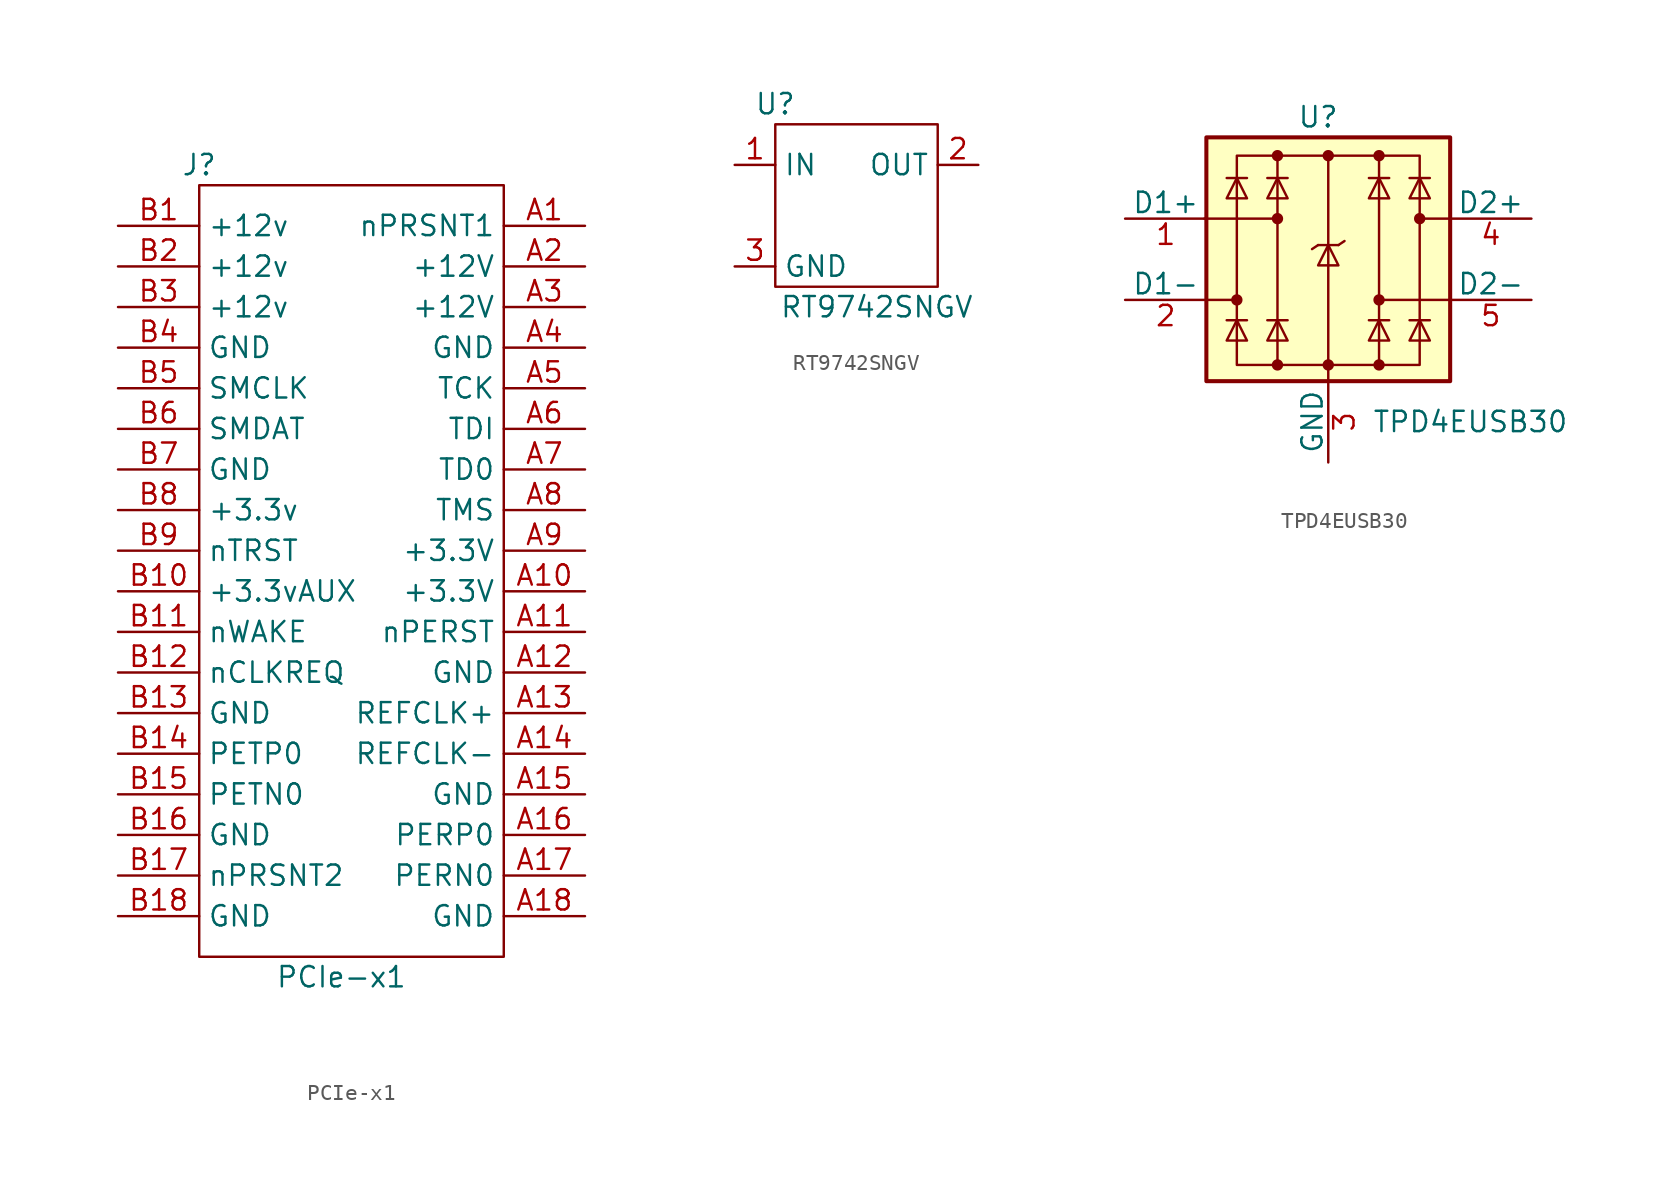
<source format=kicad_sym>
(kicad_symbol_lib
  (version 20201005)
  (generator kicad_symbol_editor)
  (symbol "cm4crypto:PCIe-x1"
    (property "Reference" "J"
      (at -13.97 36.83 0)
      (effects (font (size 1.27 1.27))))
    (property "Value" "PCIe-x1"
      (at -5.08 -13.97 0)
      (effects (font (size 1.27 1.27))))
    (symbol "PCIe-x1_0_0"
      (pin passive line (at 10.16 33.02 180) (length 5.08) (name "nPRSNT1" (effects (font (size 1.27 1.27)))) (number "A1" (effects (font (size 1.27 1.27)))))
      (pin power_in line (at 10.16 10.16 180) (length 5.08) (name "+3.3V" (effects (font (size 1.27 1.27)))) (number "A10" (effects (font (size 1.27 1.27)))))
      (pin input line (at 10.16 7.62 180) (length 5.08) (name "nPERST" (effects (font (size 1.27 1.27)))) (number "A11" (effects (font (size 1.27 1.27)))))
      (pin power_in line (at 10.16 5.08 180) (length 5.08) (name "GND" (effects (font (size 1.27 1.27)))) (number "A12" (effects (font (size 1.27 1.27)))))
      (pin input line (at 10.16 2.54 180) (length 5.08) (name "REFCLK+" (effects (font (size 1.27 1.27)))) (number "A13" (effects (font (size 1.27 1.27)))))
      (pin input line (at 10.16 0 180) (length 5.08) (name "REFCLK-" (effects (font (size 1.27 1.27)))) (number "A14" (effects (font (size 1.27 1.27)))))
      (pin power_in line (at 10.16 -2.54 180) (length 5.08) (name "GND" (effects (font (size 1.27 1.27)))) (number "A15" (effects (font (size 1.27 1.27)))))
      (pin output line (at 10.16 -5.08 180) (length 5.08) (name "PERP0" (effects (font (size 1.27 1.27)))) (number "A16" (effects (font (size 1.27 1.27)))))
      (pin output line (at 10.16 -7.62 180) (length 5.08) (name "PERN0" (effects (font (size 1.27 1.27)))) (number "A17" (effects (font (size 1.27 1.27)))))
      (pin power_in line (at 10.16 -10.16 180) (length 5.08) (name "GND" (effects (font (size 1.27 1.27)))) (number "A18" (effects (font (size 1.27 1.27)))))
      (pin power_in line (at 10.16 30.48 180) (length 5.08) (name "+12V" (effects (font (size 1.27 1.27)))) (number "A2" (effects (font (size 1.27 1.27)))))
      (pin power_in line (at 10.16 27.94 180) (length 5.08) (name "+12V" (effects (font (size 1.27 1.27)))) (number "A3" (effects (font (size 1.27 1.27)))))
      (pin power_in line (at 10.16 25.4 180) (length 5.08) (name "GND" (effects (font (size 1.27 1.27)))) (number "A4" (effects (font (size 1.27 1.27)))))
      (pin input line (at 10.16 22.86 180) (length 5.08) (name "TCK" (effects (font (size 1.27 1.27)))) (number "A5" (effects (font (size 1.27 1.27)))))
      (pin input line (at 10.16 20.32 180) (length 5.08) (name "TDI" (effects (font (size 1.27 1.27)))) (number "A6" (effects (font (size 1.27 1.27)))))
      (pin output line (at 10.16 17.78 180) (length 5.08) (name "TD0" (effects (font (size 1.27 1.27)))) (number "A7" (effects (font (size 1.27 1.27)))))
      (pin input line (at 10.16 15.24 180) (length 5.08) (name "TMS" (effects (font (size 1.27 1.27)))) (number "A8" (effects (font (size 1.27 1.27)))))
      (pin power_in line (at 10.16 12.7 180) (length 5.08) (name "+3.3V" (effects (font (size 1.27 1.27)))) (number "A9" (effects (font (size 1.27 1.27)))))
      (pin power_in line (at -19.05 33.02 0) (length 5.08) (name "+12v" (effects (font (size 1.27 1.27)))) (number "B1" (effects (font (size 1.27 1.27)))))
      (pin power_in line (at -19.05 10.16 0) (length 5.08) (name "+3.3vAUX" (effects (font (size 1.27 1.27)))) (number "B10" (effects (font (size 1.27 1.27)))))
      (pin open_collector line (at -19.05 7.62 0) (length 5.08) (name "nWAKE" (effects (font (size 1.27 1.27)))) (number "B11" (effects (font (size 1.27 1.27)))))
      (pin open_collector line (at -19.05 5.08 0) (length 5.08) (name "nCLKREQ" (effects (font (size 1.27 1.27)))) (number "B12" (effects (font (size 1.27 1.27)))))
      (pin power_in line (at -19.05 2.54 0) (length 5.08) (name "GND" (effects (font (size 1.27 1.27)))) (number "B13" (effects (font (size 1.27 1.27)))))
      (pin input line (at -19.05 0 0) (length 5.08) (name "PETP0" (effects (font (size 1.27 1.27)))) (number "B14" (effects (font (size 1.27 1.27)))))
      (pin input line (at -19.05 -2.54 0) (length 5.08) (name "PETN0" (effects (font (size 1.27 1.27)))) (number "B15" (effects (font (size 1.27 1.27)))))
      (pin power_in line (at -19.05 -5.08 0) (length 5.08) (name "GND" (effects (font (size 1.27 1.27)))) (number "B16" (effects (font (size 1.27 1.27)))))
      (pin passive line (at -19.05 -7.62 0) (length 5.08) (name "nPRSNT2" (effects (font (size 1.27 1.27)))) (number "B17" (effects (font (size 1.27 1.27)))))
      (pin power_in line (at -19.05 -10.16 0) (length 5.08) (name "GND" (effects (font (size 1.27 1.27)))) (number "B18" (effects (font (size 1.27 1.27)))))
      (pin power_in line (at -19.05 30.48 0) (length 5.08) (name "+12v" (effects (font (size 1.27 1.27)))) (number "B2" (effects (font (size 1.27 1.27)))))
      (pin power_in line (at -19.05 27.94 0) (length 5.08) (name "+12v" (effects (font (size 1.27 1.27)))) (number "B3" (effects (font (size 1.27 1.27)))))
      (pin power_in line (at -19.05 25.4 0) (length 5.08) (name "GND" (effects (font (size 1.27 1.27)))) (number "B4" (effects (font (size 1.27 1.27)))))
      (pin passive line (at -19.05 22.86 0) (length 5.08) (name "SMCLK" (effects (font (size 1.27 1.27)))) (number "B5" (effects (font (size 1.27 1.27)))))
      (pin passive line (at -19.05 20.32 0) (length 5.08) (name "SMDAT" (effects (font (size 1.27 1.27)))) (number "B6" (effects (font (size 1.27 1.27)))))
      (pin power_in line (at -19.05 17.78 0) (length 5.08) (name "GND" (effects (font (size 1.27 1.27)))) (number "B7" (effects (font (size 1.27 1.27)))))
      (pin power_in line (at -19.05 15.24 0) (length 5.08) (name "+3.3v" (effects (font (size 1.27 1.27)))) (number "B8" (effects (font (size 1.27 1.27)))))
      (pin input line (at -19.05 12.7 0) (length 5.08) (name "nTRST" (effects (font (size 1.27 1.27)))) (number "B9" (effects (font (size 1.27 1.27))))))
    (symbol "PCIe-x1_0_1"
      (rectangle (start -13.97 35.56) (end 5.08 -12.7) (stroke (width 0)) (fill (type none)))))
  (symbol "cm4crypto:RT9742SNGV"
    (property "Reference" "U"
      (at -2.54 7.62 0)
      (effects (font (size 1.27 1.27))))
    (property "Value" "RT9742SNGV"
      (at 3.81 -5.08 0)
      (effects (font (size 1.27 1.27))))
    (symbol "RT9742SNGV_0_1"
      (rectangle (start -2.54 6.35) (end 7.62 -3.81) (stroke (width 0)) (fill (type none))))
    (symbol "RT9742SNGV_1_1"
      (pin power_in line (at -5.08 3.81 0) (length 2.54) (name "IN" (effects (font (size 1.27 1.27)))) (number "1" (effects (font (size 1.27 1.27)))))
      (pin power_in line (at 10.16 3.81 180) (length 2.54) (name "OUT" (effects (font (size 1.27 1.27)))) (number "2" (effects (font (size 1.27 1.27)))))
      (pin power_in line (at -5.08 -2.54 0) (length 2.54) (name "GND" (effects (font (size 1.27 1.27)))) (number "3" (effects (font (size 1.27 1.27)))))))
  (symbol "cm4crypto:TPD4EUSB30"
    (pin_names
      (offset 0))
    (property "Reference" "U"
      (at -0.635 8.89 0)
      (effects (font (size 1.27 1.27))))
    (property "Value" "TPD4EUSB30"
      (at 8.89 -10.16 0)
      (effects (font (size 1.27 1.27))))
    (symbol "TPD4EUSB30_0_0"
      (rectangle (start -5.715 6.477) (end 5.715 -6.604) (stroke (width 0)) (fill (type none)))
      (polyline (pts (xy -3.175 -6.604) (xy -3.175 6.477)) (stroke (width 0)) (fill (type none)))
      (polyline (pts (xy 0 6.477) (xy 0 -6.604)) (stroke (width 0)) (fill (type none)))
      (polyline (pts (xy 3.175 6.477) (xy 3.175 -6.604)) (stroke (width 0)) (fill (type none))))
    (symbol "TPD4EUSB30_0_1"
      (circle (center -5.715 -2.54) (radius 0.279) (stroke (width 0)) (fill (type outline)))
      (circle (center -3.175 -6.604) (radius 0.279) (stroke (width 0)) (fill (type outline)))
      (circle (center -3.175 2.54) (radius 0.279) (stroke (width 0)) (fill (type outline)))
      (circle (center -3.175 6.477) (radius 0.279) (stroke (width 0)) (fill (type outline)))
      (circle (center 0 -6.604) (radius 0.279) (stroke (width 0)) (fill (type outline)))
      (circle (center 0 6.477) (radius 0.279) (stroke (width 0)) (fill (type outline)))
      (circle (center 3.175 -6.604) (radius 0.279) (stroke (width 0)) (fill (type outline)))
      (circle (center 3.175 -2.54) (radius 0.279) (stroke (width 0)) (fill (type outline)))
      (circle (center 3.175 6.477) (radius 0.279) (stroke (width 0)) (fill (type outline)))
      (circle (center 5.715 2.54) (radius 0.279) (stroke (width 0)) (fill (type outline)))
      (rectangle (start -7.62 7.62) (end 7.62 -7.62) (stroke (width 0.254)) (fill (type background)))
      (polyline (pts (xy -7.747 2.54) (xy -3.175 2.54)) (stroke (width 0)) (fill (type none)))
      (polyline (pts (xy -7.62 -2.54) (xy -5.715 -2.54)) (stroke (width 0)) (fill (type none)))
      (polyline (pts (xy -5.08 -3.81) (xy -6.35 -3.81)) (stroke (width 0)) (fill (type none)))
      (polyline (pts (xy -5.08 5.08) (xy -6.35 5.08)) (stroke (width 0)) (fill (type none)))
      (polyline (pts (xy -2.54 -3.81) (xy -3.81 -3.81)) (stroke (width 0)) (fill (type none)))
      (polyline (pts (xy -2.54 5.08) (xy -3.81 5.08)) (stroke (width 0)) (fill (type none)))
      (polyline (pts (xy -0.635 0.889) (xy -1.016 0.635)) (stroke (width 0)) (fill (type none)))
      (polyline (pts (xy 0 -6.604) (xy 0 -7.62)) (stroke (width 0)) (fill (type none)))
      (polyline (pts (xy 0.635 0.889) (xy -0.635 0.889)) (stroke (width 0)) (fill (type none)))
      (polyline (pts (xy 0.635 0.889) (xy 1.016 1.143)) (stroke (width 0)) (fill (type none)))
      (polyline (pts (xy 3.81 -3.81) (xy 2.54 -3.81)) (stroke (width 0)) (fill (type none)))
      (polyline (pts (xy 3.81 5.08) (xy 2.54 5.08)) (stroke (width 0)) (fill (type none)))
      (polyline (pts (xy 6.35 -3.81) (xy 5.08 -3.81)) (stroke (width 0)) (fill (type none)))
      (polyline (pts (xy 6.35 5.08) (xy 5.08 5.08)) (stroke (width 0)) (fill (type none)))
      (polyline (pts (xy 7.62 -2.54) (xy 3.175 -2.54)) (stroke (width 0)) (fill (type none)))
      (polyline (pts (xy 7.62 2.54) (xy 5.715 2.54)) (stroke (width 0)) (fill (type none)))
      (polyline (pts (xy -5.08 -5.08) (xy -6.35 -5.08) (xy -5.715 -3.81) (xy -5.08 -5.08)) (stroke (width 0)) (fill (type none)))
      (polyline (pts (xy -5.08 3.81) (xy -6.35 3.81) (xy -5.715 5.08) (xy -5.08 3.81)) (stroke (width 0)) (fill (type none)))
      (polyline (pts (xy -2.54 -5.08) (xy -3.81 -5.08) (xy -3.175 -3.81) (xy -2.54 -5.08)) (stroke (width 0)) (fill (type none)))
      (polyline (pts (xy -2.54 3.81) (xy -3.81 3.81) (xy -3.175 5.08) (xy -2.54 3.81)) (stroke (width 0)) (fill (type none)))
      (polyline (pts (xy 0.635 -0.381) (xy -0.635 -0.381) (xy 0 0.889) (xy 0.635 -0.381)) (stroke (width 0)) (fill (type none)))
      (polyline (pts (xy 3.81 -5.08) (xy 2.54 -5.08) (xy 3.175 -3.81) (xy 3.81 -5.08)) (stroke (width 0)) (fill (type none)))
      (polyline (pts (xy 3.81 3.81) (xy 2.54 3.81) (xy 3.175 5.08) (xy 3.81 3.81)) (stroke (width 0)) (fill (type none)))
      (polyline (pts (xy 6.35 -5.08) (xy 5.08 -5.08) (xy 5.715 -3.81) (xy 6.35 -5.08)) (stroke (width 0)) (fill (type none)))
      (polyline (pts (xy 6.35 3.81) (xy 5.08 3.81) (xy 5.715 5.08) (xy 6.35 3.81)) (stroke (width 0)) (fill (type none))))
    (symbol "TPD4EUSB30_1_1"
      (pin passive line (at -12.7 2.54 0) (length 5.08) (name "D1+" (effects (font (size 1.27 1.27)))) (number "1" (effects (font (size 1.27 1.27)))))
      (pin passive line (at -12.7 2.54 0) (length 5.08) hide (name "~" (effects (font (size 1.27 1.27)))) (number "10" (effects (font (size 1.27 1.27)))))
      (pin passive line (at -12.7 -2.54 0) (length 5.08) (name "D1-" (effects (font (size 1.27 1.27)))) (number "2" (effects (font (size 1.27 1.27)))))
      (pin power_in line (at 0 -12.7 90) (length 5.08) (name "GND" (effects (font (size 1.27 1.27)))) (number "3" (effects (font (size 1.27 1.27)))))
      (pin passive line (at 12.7 2.54 180) (length 5.08) (name "D2+" (effects (font (size 1.27 1.27)))) (number "4" (effects (font (size 1.27 1.27)))))
      (pin passive line (at 12.7 -2.54 180) (length 5.08) (name "D2-" (effects (font (size 1.27 1.27)))) (number "5" (effects (font (size 1.27 1.27)))))
      (pin passive line (at 12.7 -2.54 180) (length 5.08) hide (name "~" (effects (font (size 1.27 1.27)))) (number "6" (effects (font (size 1.27 1.27)))))
      (pin passive line (at 12.7 2.54 180) (length 5.08) hide (name "~" (effects (font (size 1.27 1.27)))) (number "7" (effects (font (size 1.27 1.27)))))
      (pin passive line (at 0 -12.7 90) (length 5.08) hide (name "GND" (effects (font (size 1.27 1.27)))) (number "8" (effects (font (size 1.27 1.27)))))
      (pin passive line (at -12.7 -2.54 0) (length 5.08) hide (name "~" (effects (font (size 1.27 1.27)))) (number "9" (effects (font (size 1.27 1.27))))))))
</source>
